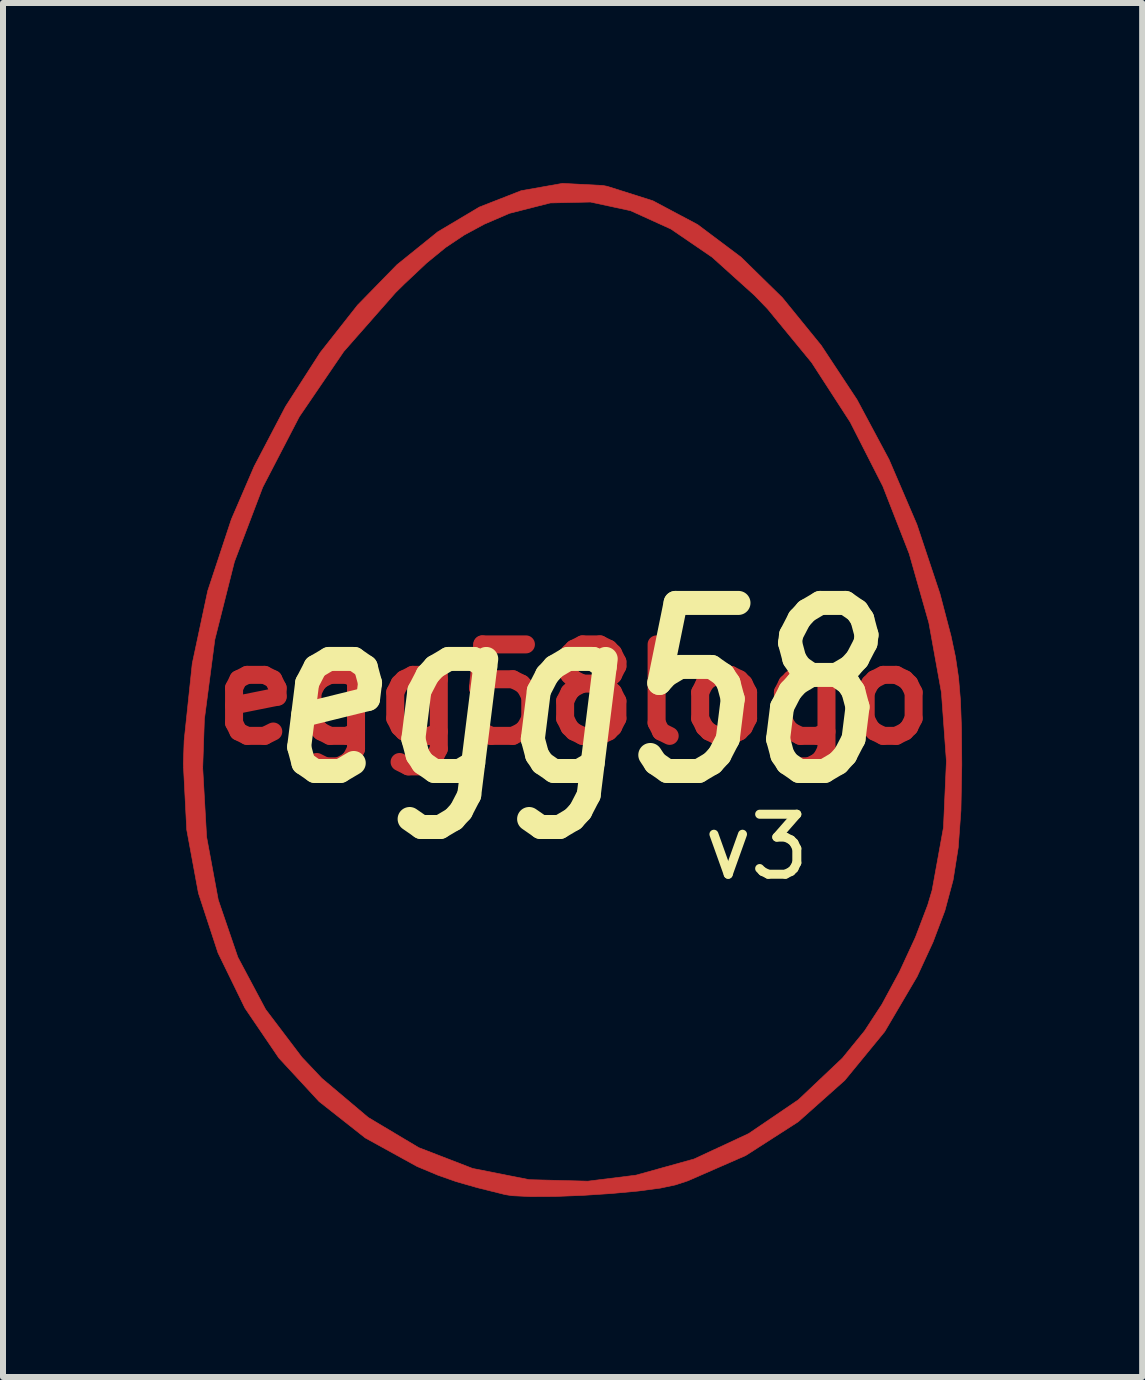
<source format=kicad_pcb>
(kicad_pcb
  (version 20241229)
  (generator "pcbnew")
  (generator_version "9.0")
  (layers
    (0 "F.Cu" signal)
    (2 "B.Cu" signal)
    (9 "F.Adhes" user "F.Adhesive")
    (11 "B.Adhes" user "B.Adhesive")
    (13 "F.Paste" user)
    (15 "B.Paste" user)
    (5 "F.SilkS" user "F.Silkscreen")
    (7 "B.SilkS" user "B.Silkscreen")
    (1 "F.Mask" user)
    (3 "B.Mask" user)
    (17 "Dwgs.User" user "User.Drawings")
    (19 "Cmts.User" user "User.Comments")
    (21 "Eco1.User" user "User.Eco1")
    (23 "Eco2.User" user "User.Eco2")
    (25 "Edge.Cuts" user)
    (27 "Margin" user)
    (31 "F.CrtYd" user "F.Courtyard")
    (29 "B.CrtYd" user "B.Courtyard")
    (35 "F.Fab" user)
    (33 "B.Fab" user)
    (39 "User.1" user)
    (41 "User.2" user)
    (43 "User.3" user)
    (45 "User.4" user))
  (footprint "egg58logo"
    (layer "F.Cu")
    (at 6.51 8.52)
    (property "Reference" "egg58logo" (at 0 0 0) (layer "F.Cu") (effects (font (size 1.524 1.524) (thickness 0.3))))
    (attr through_hole)
    (fp_poly (pts (xy 0.483 -8.48) (xy 0.557 -8.466) (xy 1.317 -8.225) (xy 2.063 -7.828) (xy 2.785 -7.286) (xy 3.474 -6.611) (xy 4.121 -5.816) (xy 4.717 -4.913) (xy 5.251 -3.915) (xy 5.715 -2.833) (xy 6.099 -1.68) (xy 6.284 -0.974) (xy 6.358 -0.625) (xy 6.409 -0.282) (xy 6.441 0.099) (xy 6.458 0.559) (xy 6.463 1.144) (xy 6.463 1.185) (xy 6.449 1.929) (xy 6.404 2.55) (xy 6.318 3.093) (xy 6.181 3.603) (xy 5.984 4.125) (xy 5.719 4.699) (xy 5.179 5.617) (xy 4.514 6.428) (xy 3.738 7.119) (xy 2.863 7.681) (xy 1.9 8.102) (xy 1.693 8.17) (xy 1.44 8.224) (xy 1.069 8.273) (xy 0.623 8.314) (xy 0.147 8.345) (xy -0.316 8.363) (xy -0.723 8.365) (xy -1.03 8.35) (xy -1.143 8.332) (xy -1.605 8.217) (xy -1.959 8.116) (xy -2.263 8.009) (xy -2.576 7.878) (xy -2.612 7.863) (xy -3.474 7.388) (xy -4.244 6.781) (xy -4.915 6.055) (xy -5.479 5.225) (xy -5.928 4.305) (xy -6.254 3.31) (xy -6.449 2.254) (xy -6.502 1.222) (xy -6.183 1.222) (xy -6.118 2.374) (xy -5.924 3.422) (xy -5.598 4.376) (xy -5.135 5.246) (xy -4.531 6.043) (xy -4.199 6.394) (xy -3.425 7.047) (xy -2.584 7.549) (xy -1.686 7.896) (xy -0.743 8.083) (xy 0.234 8.108) (xy 1.035 8.008) (xy 2.005 7.738) (xy 2.913 7.315) (xy 3.742 6.751) (xy 4.474 6.058) (xy 4.844 5.604) (xy 5.133 5.161) (xy 5.425 4.62) (xy 5.69 4.047) (xy 5.896 3.506) (xy 5.969 3.26) (xy 6.158 2.216) (xy 6.207 1.111) (xy 6.124 -0.033) (xy 5.915 -1.193) (xy 5.587 -2.346) (xy 5.148 -3.469) (xy 4.604 -4.538) (xy 3.962 -5.53) (xy 3.228 -6.423) (xy 3.009 -6.65) (xy 2.304 -7.285) (xy 1.618 -7.754) (xy 0.945 -8.06) (xy 0.277 -8.204) (xy -0.393 -8.189) (xy -1.072 -8.016) (xy -1.488 -7.837) (xy -1.827 -7.654) (xy -2.135 -7.448) (xy -2.453 -7.188) (xy -2.823 -6.84) (xy -2.97 -6.695) (xy -3.833 -5.714) (xy -4.574 -4.627) (xy -5.183 -3.453) (xy -5.655 -2.21) (xy -5.981 -0.915) (xy -6.155 0.413) (xy -6.183 1.222) (xy -6.502 1.222) (xy -6.505 1.15) (xy -6.492 0.767) (xy -6.357 -0.516) (xy -6.099 -1.727) (xy -5.706 -2.917) (xy -5.326 -3.799) (xy -4.803 -4.798) (xy -4.225 -5.697) (xy -3.603 -6.487) (xy -2.947 -7.159) (xy -2.268 -7.707) (xy -1.575 -8.12) (xy -0.878 -8.393) (xy -0.189 -8.515) (xy 0.483 -8.48)) (stroke (width 0.01) (type solid)) (fill yes) (layer "F.Cu"))
    (fp_poly (pts (xy 0.483 -8.48) (xy 0.557 -8.466) (xy 1.317 -8.225) (xy 2.063 -7.828) (xy 2.785 -7.286) (xy 3.474 -6.611) (xy 4.121 -5.816) (xy 4.717 -4.913) (xy 5.251 -3.915) (xy 5.715 -2.833) (xy 6.099 -1.68) (xy 6.284 -0.974) (xy 6.358 -0.625) (xy 6.409 -0.282) (xy 6.441 0.099) (xy 6.458 0.559) (xy 6.463 1.144) (xy 6.463 1.185) (xy 6.449 1.929) (xy 6.404 2.55) (xy 6.318 3.093) (xy 6.181 3.603) (xy 5.984 4.125) (xy 5.719 4.699) (xy 5.179 5.617) (xy 4.514 6.428) (xy 3.738 7.119) (xy 2.863 7.681) (xy 1.9 8.102) (xy 1.693 8.17) (xy 1.44 8.224) (xy 1.069 8.273) (xy 0.623 8.314) (xy 0.147 8.345) (xy -0.316 8.363) (xy -0.723 8.365) (xy -1.03 8.35) (xy -1.143 8.332) (xy -1.605 8.217) (xy -1.959 8.116) (xy -2.263 8.009) (xy -2.576 7.878) (xy -2.612 7.863) (xy -3.474 7.388) (xy -4.244 6.781) (xy -4.915 6.055) (xy -5.479 5.225) (xy -5.928 4.305) (xy -6.254 3.31) (xy -6.449 2.254) (xy -6.502 1.222) (xy -6.183 1.222) (xy -6.118 2.374) (xy -5.924 3.422) (xy -5.598 4.376) (xy -5.135 5.246) (xy -4.531 6.043) (xy -4.199 6.394) (xy -3.425 7.047) (xy -2.584 7.549) (xy -1.686 7.896) (xy -0.743 8.083) (xy 0.234 8.108) (xy 1.035 8.008) (xy 2.005 7.738) (xy 2.913 7.315) (xy 3.742 6.751) (xy 4.474 6.058) (xy 4.844 5.604) (xy 5.133 5.161) (xy 5.425 4.62) (xy 5.69 4.047) (xy 5.896 3.506) (xy 5.969 3.26) (xy 6.158 2.216) (xy 6.207 1.111) (xy 6.124 -0.033) (xy 5.915 -1.193) (xy 5.587 -2.346) (xy 5.148 -3.469) (xy 4.604 -4.538) (xy 3.962 -5.53) (xy 3.228 -6.423) (xy 3.009 -6.65) (xy 2.304 -7.285) (xy 1.618 -7.754) (xy 0.945 -8.06) (xy 0.277 -8.204) (xy -0.393 -8.189) (xy -1.072 -8.016) (xy -1.488 -7.837) (xy -1.827 -7.654) (xy -2.135 -7.448) (xy -2.453 -7.188) (xy -2.823 -6.84) (xy -2.97 -6.695) (xy -3.833 -5.714) (xy -4.574 -4.627) (xy -5.183 -3.453) (xy -5.655 -2.21) (xy -5.981 -0.915) (xy -6.155 0.413) (xy -6.183 1.222) (xy -6.502 1.222) (xy -6.505 1.15) (xy -6.492 0.767) (xy -6.357 -0.516) (xy -6.099 -1.727) (xy -5.706 -2.917) (xy -5.326 -3.799) (xy -4.803 -4.798) (xy -4.225 -5.697) (xy -3.603 -6.487) (xy -2.947 -7.159) (xy -2.268 -7.707) (xy -1.575 -8.12) (xy -0.878 -8.393) (xy -0.189 -8.515) (xy 0.483 -8.48)) (stroke (width 0.01) (type solid)) (fill yes) (layer "F.Mask"))
    (fp_text user "egg58" (at 0 0 0) (layer "F.SilkS") (effects (font (size 2.8 2.2) (thickness 0.4) (italic yes))))
    (fp_text user "v3" (at 3.048 2.54 0) (layer "F.SilkS") (effects (font (size 1 1) (thickness 0.15)))))
  (gr_rect
    (start -3 -3)
    (end 15.978 19.89)
    (stroke (width 0.1) (type default))
    (fill no)
    (layer "Edge.Cuts")))
</source>
